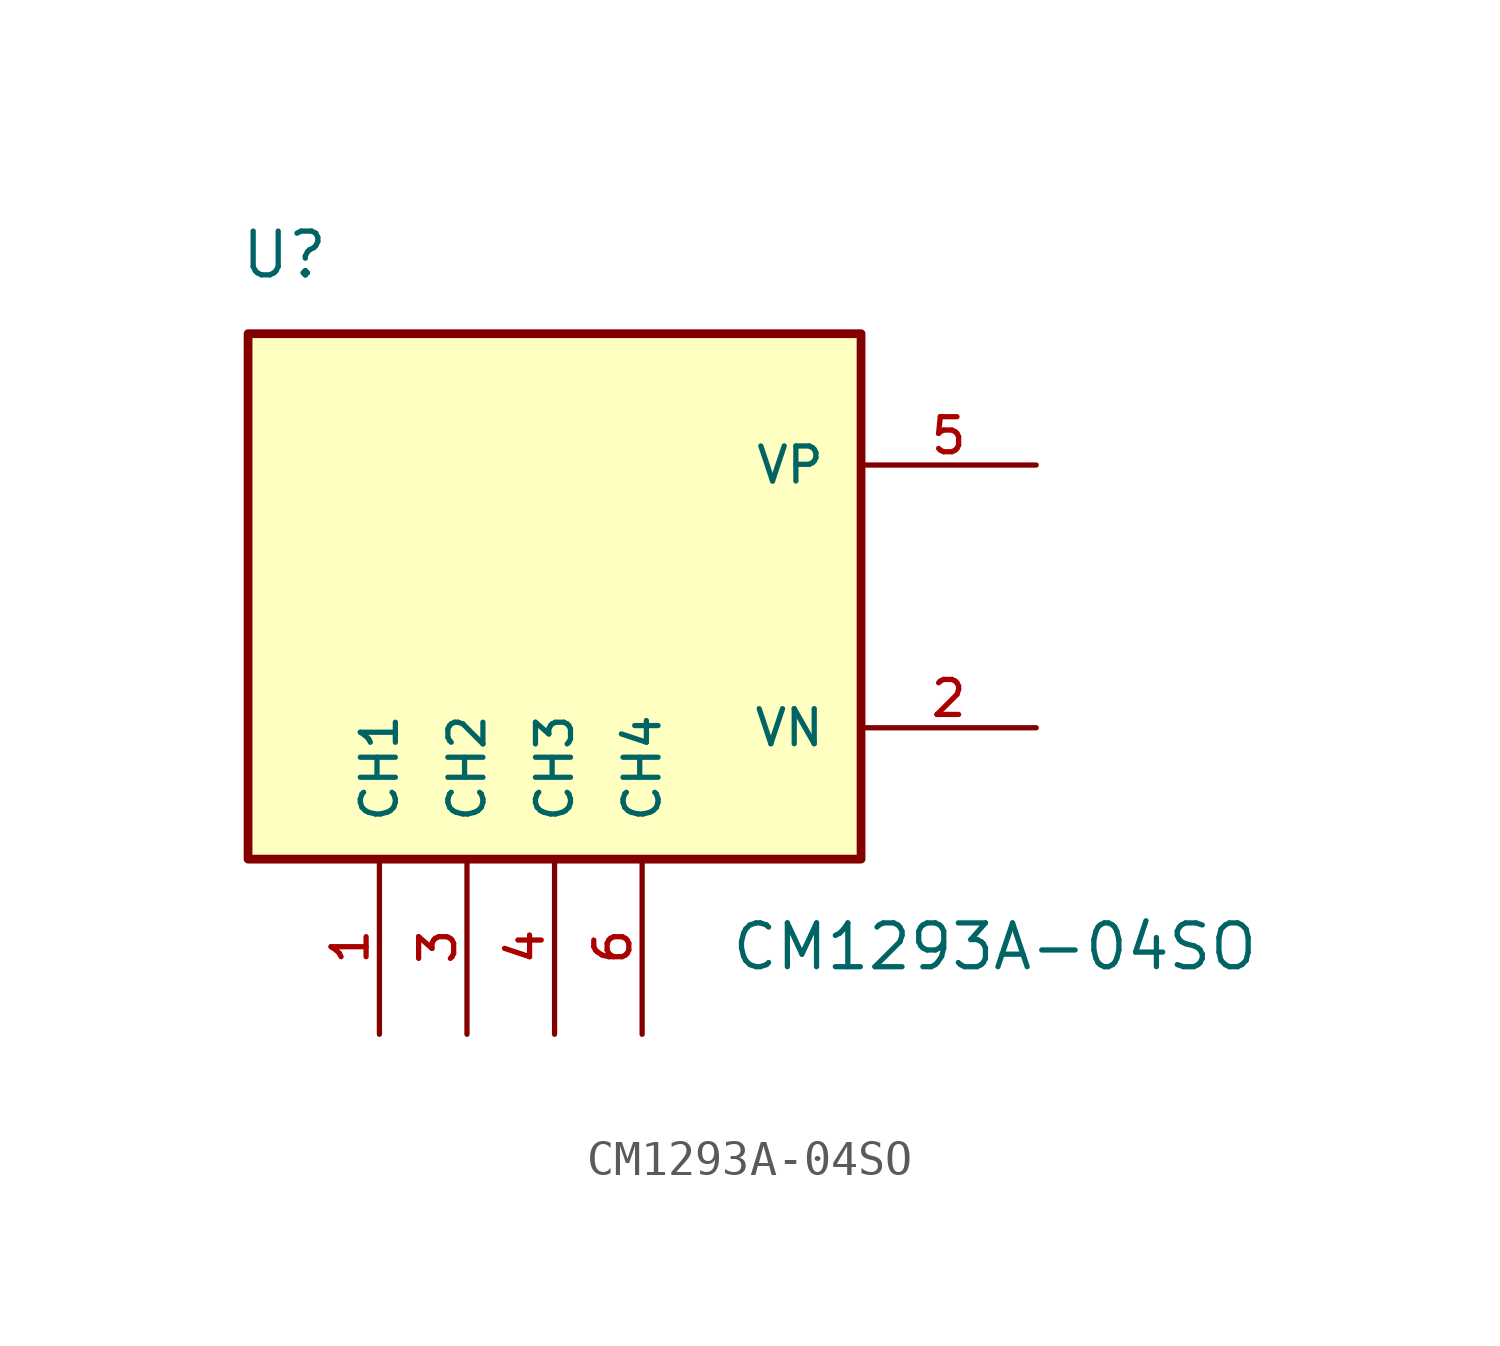
<source format=kicad_sym>
(kicad_symbol_lib
  (version 20231120)
  (generator "kicad_symbol_editor")
  (generator_version "8.0")
  (symbol "CM1293A-04SO"
    (pin_names
      (offset 1.016))
    (property "Reference" "U"
      (at 4.826 7.366 0)
      (effects (font (size 1.27 1.27)) (justify left)))
    (property "Value" "CM1293A-04SO"
      (at 19.05 -12.7 0)
      (effects (font (size 1.27 1.27)) (justify left)))
    (symbol "CM1293A-04SO_0_0"
      (rectangle (start 5.08 5.08) (end 22.86 -10.16) (stroke (width 0.254) (type default)) (fill (type background)))
      (pin bidirectional line (at 8.89 -15.24 90) (length 5.08) (name "CH1" (effects (font (size 1.016 1.016)))) (number "1" (effects (font (size 1.016 1.016)))))
      (pin bidirectional line (at 27.94 -6.35 180) (length 5.08) (name "VN" (effects (font (size 1.016 1.016)))) (number "2" (effects (font (size 1.016 1.016)))))
      (pin bidirectional line (at 11.43 -15.24 90) (length 5.08) (name "CH2" (effects (font (size 1.016 1.016)))) (number "3" (effects (font (size 1.016 1.016)))))
      (pin bidirectional line (at 13.97 -15.24 90) (length 5.08) (name "CH3" (effects (font (size 1.016 1.016)))) (number "4" (effects (font (size 1.016 1.016)))))
      (pin bidirectional line (at 27.94 1.27 180) (length 5.08) (name "VP" (effects (font (size 1.016 1.016)))) (number "5" (effects (font (size 1.016 1.016)))))
      (pin bidirectional line (at 16.51 -15.24 90) (length 5.08) (name "CH4" (effects (font (size 1.016 1.016)))) (number "6" (effects (font (size 1.016 1.016))))))))
</source>
